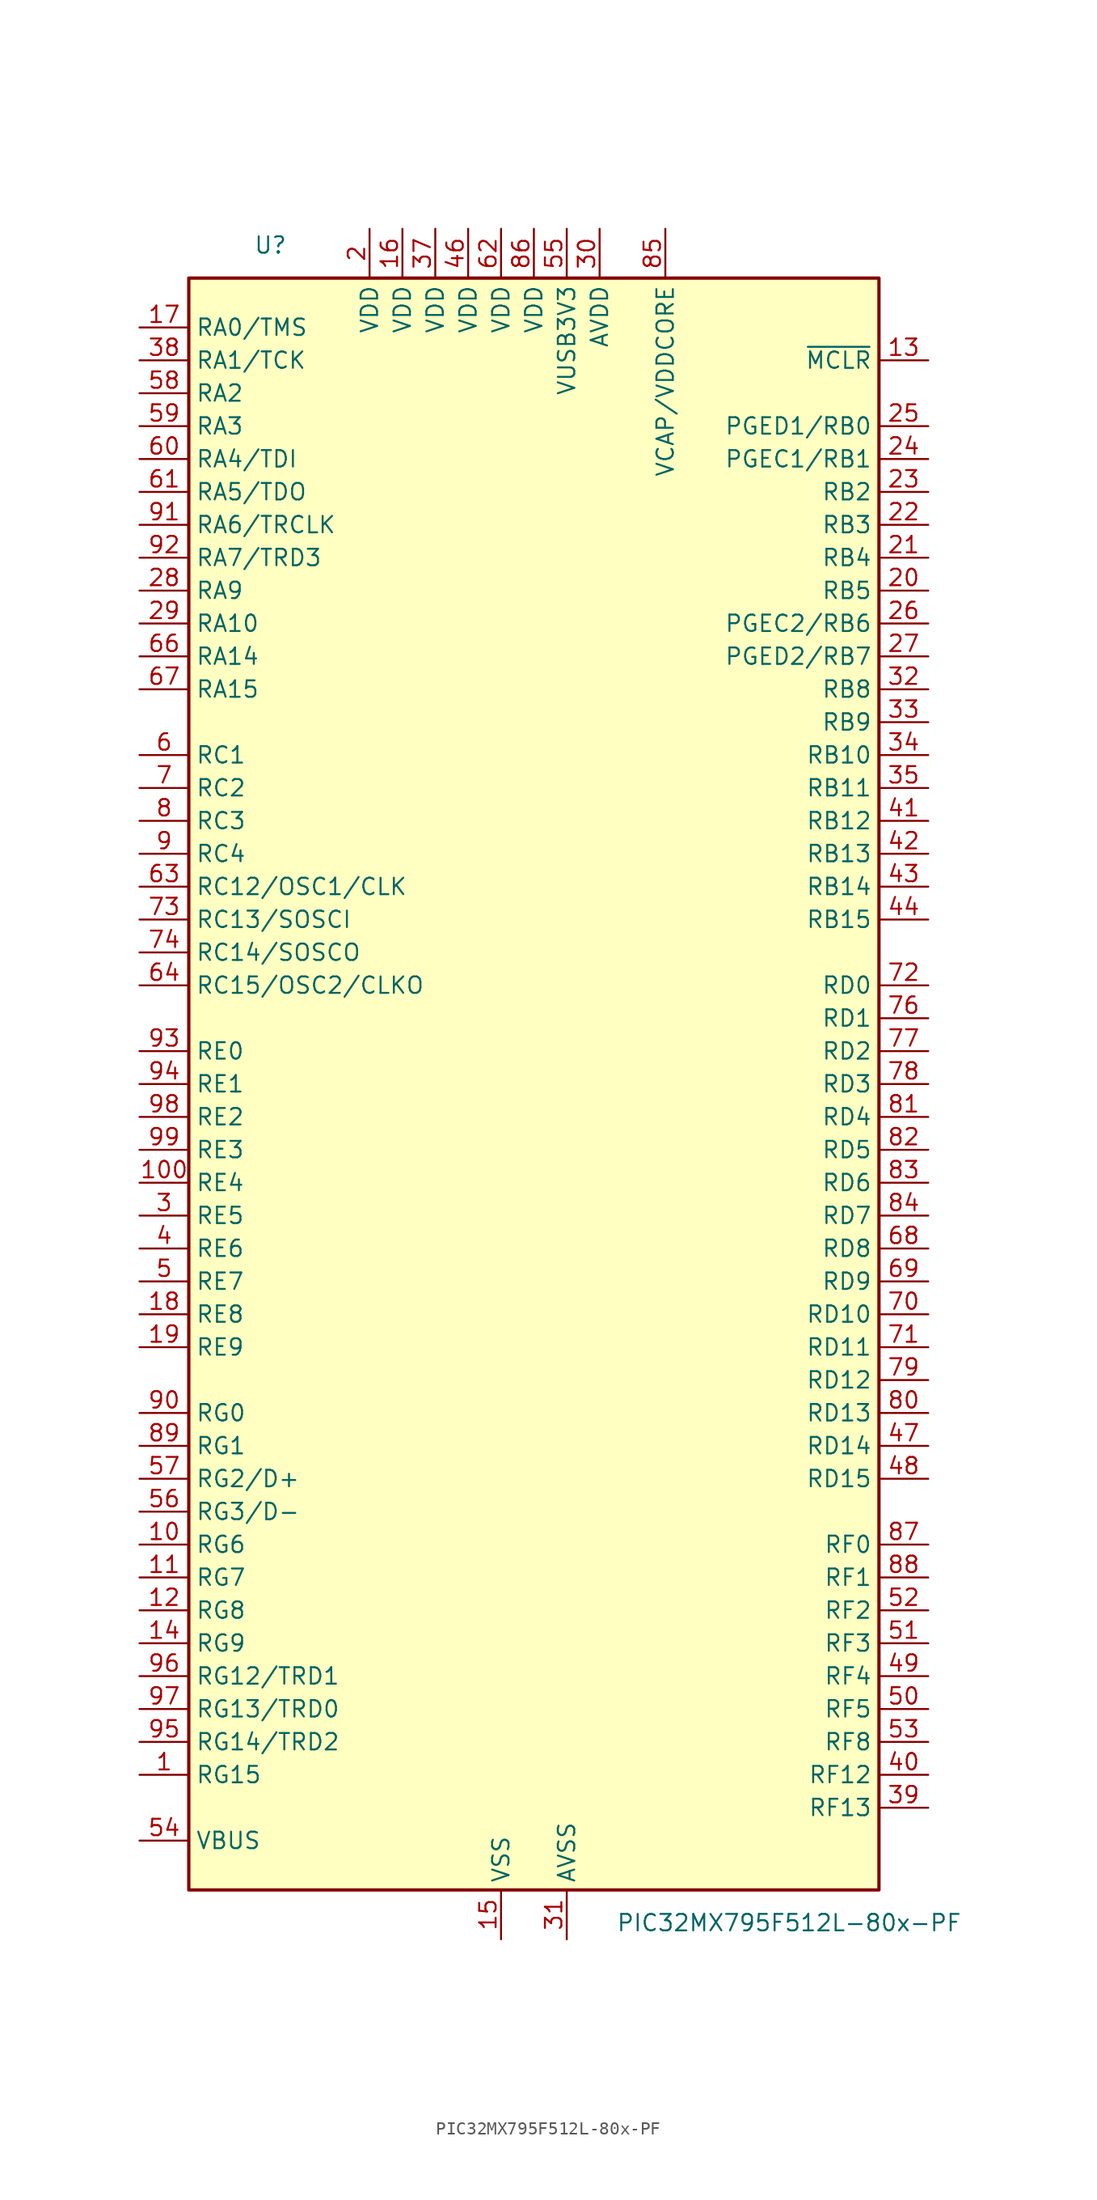
<source format=kicad_sym>
(kicad_symbol_lib
  (version 20241209)
  (generator "kicad_symbol_editor")
  (generator_version "9.0")
  (symbol "PIC32MX795F512L-80x-PF"
    (property "Reference" "U"
      (at -19.05 64.77 0)
      (effects (font (size 1.27 1.27)) (justify right)))
    (property "Value" "PIC32MX795F512L-80x-PF"
      (at 6.35 -64.77 0)
      (effects (font (size 1.27 1.27)) (justify left)))
    (symbol "PIC32MX795F512L-80x-PF_0_1"
      (rectangle (start -26.67 62.23) (end 26.67 -62.23) (stroke (width 0.254) (type default)) (fill (type background))))
    (symbol "PIC32MX795F512L-80x-PF_1_1"
      (pin bidirectional line (at -30.48 58.42 0) (length 3.81) (name "RA0/TMS" (effects (font (size 1.27 1.27)))) (number "17" (effects (font (size 1.27 1.27)))))
      (pin bidirectional line (at -30.48 55.88 0) (length 3.81) (name "RA1/TCK" (effects (font (size 1.27 1.27)))) (number "38" (effects (font (size 1.27 1.27)))))
      (pin bidirectional line (at -30.48 53.34 0) (length 3.81) (name "RA2" (effects (font (size 1.27 1.27)))) (number "58" (effects (font (size 1.27 1.27)))))
      (pin bidirectional line (at -30.48 50.8 0) (length 3.81) (name "RA3" (effects (font (size 1.27 1.27)))) (number "59" (effects (font (size 1.27 1.27)))))
      (pin bidirectional line (at -30.48 48.26 0) (length 3.81) (name "RA4/TDI" (effects (font (size 1.27 1.27)))) (number "60" (effects (font (size 1.27 1.27)))))
      (pin bidirectional line (at -30.48 45.72 0) (length 3.81) (name "RA5/TDO" (effects (font (size 1.27 1.27)))) (number "61" (effects (font (size 1.27 1.27)))))
      (pin bidirectional line (at -30.48 43.18 0) (length 3.81) (name "RA6/TRCLK" (effects (font (size 1.27 1.27)))) (number "91" (effects (font (size 1.27 1.27)))))
      (pin bidirectional line (at -30.48 40.64 0) (length 3.81) (name "RA7/TRD3" (effects (font (size 1.27 1.27)))) (number "92" (effects (font (size 1.27 1.27)))))
      (pin bidirectional line (at -30.48 38.1 0) (length 3.81) (name "RA9" (effects (font (size 1.27 1.27)))) (number "28" (effects (font (size 1.27 1.27)))))
      (pin bidirectional line (at -30.48 35.56 0) (length 3.81) (name "RA10" (effects (font (size 1.27 1.27)))) (number "29" (effects (font (size 1.27 1.27)))))
      (pin bidirectional line (at -30.48 33.02 0) (length 3.81) (name "RA14" (effects (font (size 1.27 1.27)))) (number "66" (effects (font (size 1.27 1.27)))))
      (pin bidirectional line (at -30.48 30.48 0) (length 3.81) (name "RA15" (effects (font (size 1.27 1.27)))) (number "67" (effects (font (size 1.27 1.27)))))
      (pin bidirectional line (at -30.48 25.4 0) (length 3.81) (name "RC1" (effects (font (size 1.27 1.27)))) (number "6" (effects (font (size 1.27 1.27)))))
      (pin bidirectional line (at -30.48 22.86 0) (length 3.81) (name "RC2" (effects (font (size 1.27 1.27)))) (number "7" (effects (font (size 1.27 1.27)))))
      (pin bidirectional line (at -30.48 20.32 0) (length 3.81) (name "RC3" (effects (font (size 1.27 1.27)))) (number "8" (effects (font (size 1.27 1.27)))))
      (pin bidirectional line (at -30.48 17.78 0) (length 3.81) (name "RC4" (effects (font (size 1.27 1.27)))) (number "9" (effects (font (size 1.27 1.27)))))
      (pin bidirectional line (at -30.48 15.24 0) (length 3.81) (name "RC12/OSC1/CLK" (effects (font (size 1.27 1.27)))) (number "63" (effects (font (size 1.27 1.27)))))
      (pin bidirectional line (at -30.48 12.7 0) (length 3.81) (name "RC13/SOSCI" (effects (font (size 1.27 1.27)))) (number "73" (effects (font (size 1.27 1.27)))))
      (pin bidirectional line (at -30.48 10.16 0) (length 3.81) (name "RC14/SOSCO" (effects (font (size 1.27 1.27)))) (number "74" (effects (font (size 1.27 1.27)))))
      (pin bidirectional line (at -30.48 7.62 0) (length 3.81) (name "RC15/OSC2/CLKO" (effects (font (size 1.27 1.27)))) (number "64" (effects (font (size 1.27 1.27)))))
      (pin bidirectional line (at -30.48 2.54 0) (length 3.81) (name "RE0" (effects (font (size 1.27 1.27)))) (number "93" (effects (font (size 1.27 1.27)))))
      (pin bidirectional line (at -30.48 0 0) (length 3.81) (name "RE1" (effects (font (size 1.27 1.27)))) (number "94" (effects (font (size 1.27 1.27)))))
      (pin bidirectional line (at -30.48 -2.54 0) (length 3.81) (name "RE2" (effects (font (size 1.27 1.27)))) (number "98" (effects (font (size 1.27 1.27)))))
      (pin bidirectional line (at -30.48 -5.08 0) (length 3.81) (name "RE3" (effects (font (size 1.27 1.27)))) (number "99" (effects (font (size 1.27 1.27)))))
      (pin bidirectional line (at -30.48 -7.62 0) (length 3.81) (name "RE4" (effects (font (size 1.27 1.27)))) (number "100" (effects (font (size 1.27 1.27)))))
      (pin bidirectional line (at -30.48 -10.16 0) (length 3.81) (name "RE5" (effects (font (size 1.27 1.27)))) (number "3" (effects (font (size 1.27 1.27)))))
      (pin bidirectional line (at -30.48 -12.7 0) (length 3.81) (name "RE6" (effects (font (size 1.27 1.27)))) (number "4" (effects (font (size 1.27 1.27)))))
      (pin bidirectional line (at -30.48 -15.24 0) (length 3.81) (name "RE7" (effects (font (size 1.27 1.27)))) (number "5" (effects (font (size 1.27 1.27)))))
      (pin bidirectional line (at -30.48 -17.78 0) (length 3.81) (name "RE8" (effects (font (size 1.27 1.27)))) (number "18" (effects (font (size 1.27 1.27)))))
      (pin bidirectional line (at -30.48 -20.32 0) (length 3.81) (name "RE9" (effects (font (size 1.27 1.27)))) (number "19" (effects (font (size 1.27 1.27)))))
      (pin bidirectional line (at -30.48 -25.4 0) (length 3.81) (name "RG0" (effects (font (size 1.27 1.27)))) (number "90" (effects (font (size 1.27 1.27)))))
      (pin bidirectional line (at -30.48 -27.94 0) (length 3.81) (name "RG1" (effects (font (size 1.27 1.27)))) (number "89" (effects (font (size 1.27 1.27)))))
      (pin bidirectional line (at -30.48 -30.48 0) (length 3.81) (name "RG2/D+" (effects (font (size 1.27 1.27)))) (number "57" (effects (font (size 1.27 1.27)))))
      (pin bidirectional line (at -30.48 -33.02 0) (length 3.81) (name "RG3/D-" (effects (font (size 1.27 1.27)))) (number "56" (effects (font (size 1.27 1.27)))))
      (pin bidirectional line (at -30.48 -35.56 0) (length 3.81) (name "RG6" (effects (font (size 1.27 1.27)))) (number "10" (effects (font (size 1.27 1.27)))))
      (pin bidirectional line (at -30.48 -38.1 0) (length 3.81) (name "RG7" (effects (font (size 1.27 1.27)))) (number "11" (effects (font (size 1.27 1.27)))))
      (pin bidirectional line (at -30.48 -40.64 0) (length 3.81) (name "RG8" (effects (font (size 1.27 1.27)))) (number "12" (effects (font (size 1.27 1.27)))))
      (pin bidirectional line (at -30.48 -43.18 0) (length 3.81) (name "RG9" (effects (font (size 1.27 1.27)))) (number "14" (effects (font (size 1.27 1.27)))))
      (pin bidirectional line (at -30.48 -45.72 0) (length 3.81) (name "RG12/TRD1" (effects (font (size 1.27 1.27)))) (number "96" (effects (font (size 1.27 1.27)))))
      (pin bidirectional line (at -30.48 -48.26 0) (length 3.81) (name "RG13/TRD0" (effects (font (size 1.27 1.27)))) (number "97" (effects (font (size 1.27 1.27)))))
      (pin bidirectional line (at -30.48 -50.8 0) (length 3.81) (name "RG14/TRD2" (effects (font (size 1.27 1.27)))) (number "95" (effects (font (size 1.27 1.27)))))
      (pin bidirectional line (at -30.48 -53.34 0) (length 3.81) (name "RG15" (effects (font (size 1.27 1.27)))) (number "1" (effects (font (size 1.27 1.27)))))
      (pin input line (at -30.48 -58.42 0) (length 3.81) (name "VBUS" (effects (font (size 1.27 1.27)))) (number "54" (effects (font (size 1.27 1.27)))))
      (pin power_in line (at -12.7 66.04 270) (length 3.81) (name "VDD" (effects (font (size 1.27 1.27)))) (number "2" (effects (font (size 1.27 1.27)))))
      (pin power_in line (at -10.16 66.04 270) (length 3.81) (name "VDD" (effects (font (size 1.27 1.27)))) (number "16" (effects (font (size 1.27 1.27)))))
      (pin power_in line (at -7.62 66.04 270) (length 3.81) (name "VDD" (effects (font (size 1.27 1.27)))) (number "37" (effects (font (size 1.27 1.27)))))
      (pin power_in line (at -5.08 66.04 270) (length 3.81) (name "VDD" (effects (font (size 1.27 1.27)))) (number "46" (effects (font (size 1.27 1.27)))))
      (pin power_in line (at -2.54 66.04 270) (length 3.81) (name "VDD" (effects (font (size 1.27 1.27)))) (number "62" (effects (font (size 1.27 1.27)))))
      (pin power_in line (at -2.54 -66.04 90) (length 3.81) (name "VSS" (effects (font (size 1.27 1.27)))) (number "15" (effects (font (size 1.27 1.27)))))
      (pin passive line (at -2.54 -66.04 90) (length 3.81) (hide yes) (name "VSS" (effects (font (size 1.27 1.27)))) (number "36" (effects (font (size 1.27 1.27)))))
      (pin passive line (at -2.54 -66.04 90) (length 3.81) (hide yes) (name "VSS" (effects (font (size 1.27 1.27)))) (number "45" (effects (font (size 1.27 1.27)))))
      (pin passive line (at -2.54 -66.04 90) (length 3.81) (hide yes) (name "VSS" (effects (font (size 1.27 1.27)))) (number "65" (effects (font (size 1.27 1.27)))))
      (pin passive line (at -2.54 -66.04 90) (length 3.81) (hide yes) (name "VSS" (effects (font (size 1.27 1.27)))) (number "75" (effects (font (size 1.27 1.27)))))
      (pin power_in line (at 0 66.04 270) (length 3.81) (name "VDD" (effects (font (size 1.27 1.27)))) (number "86" (effects (font (size 1.27 1.27)))))
      (pin power_in line (at 2.54 66.04 270) (length 3.81) (name "VUSB3V3" (effects (font (size 1.27 1.27)))) (number "55" (effects (font (size 1.27 1.27)))))
      (pin power_in line (at 2.54 -66.04 90) (length 3.81) (name "AVSS" (effects (font (size 1.27 1.27)))) (number "31" (effects (font (size 1.27 1.27)))))
      (pin power_in line (at 5.08 66.04 270) (length 3.81) (name "AVDD" (effects (font (size 1.27 1.27)))) (number "30" (effects (font (size 1.27 1.27)))))
      (pin power_out line (at 10.16 66.04 270) (length 3.81) (name "VCAP/VDDCORE" (effects (font (size 1.27 1.27)))) (number "85" (effects (font (size 1.27 1.27)))))
      (pin input line (at 30.48 55.88 180) (length 3.81) (name "~{MCLR}" (effects (font (size 1.27 1.27)))) (number "13" (effects (font (size 1.27 1.27)))))
      (pin bidirectional line (at 30.48 50.8 180) (length 3.81) (name "PGED1/RB0" (effects (font (size 1.27 1.27)))) (number "25" (effects (font (size 1.27 1.27)))))
      (pin bidirectional line (at 30.48 48.26 180) (length 3.81) (name "PGEC1/RB1" (effects (font (size 1.27 1.27)))) (number "24" (effects (font (size 1.27 1.27)))))
      (pin bidirectional line (at 30.48 45.72 180) (length 3.81) (name "RB2" (effects (font (size 1.27 1.27)))) (number "23" (effects (font (size 1.27 1.27)))))
      (pin bidirectional line (at 30.48 43.18 180) (length 3.81) (name "RB3" (effects (font (size 1.27 1.27)))) (number "22" (effects (font (size 1.27 1.27)))))
      (pin bidirectional line (at 30.48 40.64 180) (length 3.81) (name "RB4" (effects (font (size 1.27 1.27)))) (number "21" (effects (font (size 1.27 1.27)))))
      (pin bidirectional line (at 30.48 38.1 180) (length 3.81) (name "RB5" (effects (font (size 1.27 1.27)))) (number "20" (effects (font (size 1.27 1.27)))))
      (pin bidirectional line (at 30.48 35.56 180) (length 3.81) (name "PGEC2/RB6" (effects (font (size 1.27 1.27)))) (number "26" (effects (font (size 1.27 1.27)))))
      (pin bidirectional line (at 30.48 33.02 180) (length 3.81) (name "PGED2/RB7" (effects (font (size 1.27 1.27)))) (number "27" (effects (font (size 1.27 1.27)))))
      (pin bidirectional line (at 30.48 30.48 180) (length 3.81) (name "RB8" (effects (font (size 1.27 1.27)))) (number "32" (effects (font (size 1.27 1.27)))))
      (pin bidirectional line (at 30.48 27.94 180) (length 3.81) (name "RB9" (effects (font (size 1.27 1.27)))) (number "33" (effects (font (size 1.27 1.27)))))
      (pin bidirectional line (at 30.48 25.4 180) (length 3.81) (name "RB10" (effects (font (size 1.27 1.27)))) (number "34" (effects (font (size 1.27 1.27)))))
      (pin bidirectional line (at 30.48 22.86 180) (length 3.81) (name "RB11" (effects (font (size 1.27 1.27)))) (number "35" (effects (font (size 1.27 1.27)))))
      (pin bidirectional line (at 30.48 20.32 180) (length 3.81) (name "RB12" (effects (font (size 1.27 1.27)))) (number "41" (effects (font (size 1.27 1.27)))))
      (pin bidirectional line (at 30.48 17.78 180) (length 3.81) (name "RB13" (effects (font (size 1.27 1.27)))) (number "42" (effects (font (size 1.27 1.27)))))
      (pin bidirectional line (at 30.48 15.24 180) (length 3.81) (name "RB14" (effects (font (size 1.27 1.27)))) (number "43" (effects (font (size 1.27 1.27)))))
      (pin bidirectional line (at 30.48 12.7 180) (length 3.81) (name "RB15" (effects (font (size 1.27 1.27)))) (number "44" (effects (font (size 1.27 1.27)))))
      (pin bidirectional line (at 30.48 7.62 180) (length 3.81) (name "RD0" (effects (font (size 1.27 1.27)))) (number "72" (effects (font (size 1.27 1.27)))))
      (pin bidirectional line (at 30.48 5.08 180) (length 3.81) (name "RD1" (effects (font (size 1.27 1.27)))) (number "76" (effects (font (size 1.27 1.27)))))
      (pin bidirectional line (at 30.48 2.54 180) (length 3.81) (name "RD2" (effects (font (size 1.27 1.27)))) (number "77" (effects (font (size 1.27 1.27)))))
      (pin bidirectional line (at 30.48 0 180) (length 3.81) (name "RD3" (effects (font (size 1.27 1.27)))) (number "78" (effects (font (size 1.27 1.27)))))
      (pin bidirectional line (at 30.48 -2.54 180) (length 3.81) (name "RD4" (effects (font (size 1.27 1.27)))) (number "81" (effects (font (size 1.27 1.27)))))
      (pin bidirectional line (at 30.48 -5.08 180) (length 3.81) (name "RD5" (effects (font (size 1.27 1.27)))) (number "82" (effects (font (size 1.27 1.27)))))
      (pin bidirectional line (at 30.48 -7.62 180) (length 3.81) (name "RD6" (effects (font (size 1.27 1.27)))) (number "83" (effects (font (size 1.27 1.27)))))
      (pin bidirectional line (at 30.48 -10.16 180) (length 3.81) (name "RD7" (effects (font (size 1.27 1.27)))) (number "84" (effects (font (size 1.27 1.27)))))
      (pin bidirectional line (at 30.48 -12.7 180) (length 3.81) (name "RD8" (effects (font (size 1.27 1.27)))) (number "68" (effects (font (size 1.27 1.27)))))
      (pin bidirectional line (at 30.48 -15.24 180) (length 3.81) (name "RD9" (effects (font (size 1.27 1.27)))) (number "69" (effects (font (size 1.27 1.27)))))
      (pin bidirectional line (at 30.48 -17.78 180) (length 3.81) (name "RD10" (effects (font (size 1.27 1.27)))) (number "70" (effects (font (size 1.27 1.27)))))
      (pin bidirectional line (at 30.48 -20.32 180) (length 3.81) (name "RD11" (effects (font (size 1.27 1.27)))) (number "71" (effects (font (size 1.27 1.27)))))
      (pin bidirectional line (at 30.48 -22.86 180) (length 3.81) (name "RD12" (effects (font (size 1.27 1.27)))) (number "79" (effects (font (size 1.27 1.27)))))
      (pin bidirectional line (at 30.48 -25.4 180) (length 3.81) (name "RD13" (effects (font (size 1.27 1.27)))) (number "80" (effects (font (size 1.27 1.27)))))
      (pin bidirectional line (at 30.48 -27.94 180) (length 3.81) (name "RD14" (effects (font (size 1.27 1.27)))) (number "47" (effects (font (size 1.27 1.27)))))
      (pin bidirectional line (at 30.48 -30.48 180) (length 3.81) (name "RD15" (effects (font (size 1.27 1.27)))) (number "48" (effects (font (size 1.27 1.27)))))
      (pin bidirectional line (at 30.48 -35.56 180) (length 3.81) (name "RF0" (effects (font (size 1.27 1.27)))) (number "87" (effects (font (size 1.27 1.27)))))
      (pin bidirectional line (at 30.48 -38.1 180) (length 3.81) (name "RF1" (effects (font (size 1.27 1.27)))) (number "88" (effects (font (size 1.27 1.27)))))
      (pin bidirectional line (at 30.48 -40.64 180) (length 3.81) (name "RF2" (effects (font (size 1.27 1.27)))) (number "52" (effects (font (size 1.27 1.27)))))
      (pin bidirectional line (at 30.48 -43.18 180) (length 3.81) (name "RF3" (effects (font (size 1.27 1.27)))) (number "51" (effects (font (size 1.27 1.27)))))
      (pin bidirectional line (at 30.48 -45.72 180) (length 3.81) (name "RF4" (effects (font (size 1.27 1.27)))) (number "49" (effects (font (size 1.27 1.27)))))
      (pin bidirectional line (at 30.48 -48.26 180) (length 3.81) (name "RF5" (effects (font (size 1.27 1.27)))) (number "50" (effects (font (size 1.27 1.27)))))
      (pin bidirectional line (at 30.48 -50.8 180) (length 3.81) (name "RF8" (effects (font (size 1.27 1.27)))) (number "53" (effects (font (size 1.27 1.27)))))
      (pin bidirectional line (at 30.48 -53.34 180) (length 3.81) (name "RF12" (effects (font (size 1.27 1.27)))) (number "40" (effects (font (size 1.27 1.27)))))
      (pin bidirectional line (at 30.48 -55.88 180) (length 3.81) (name "RF13" (effects (font (size 1.27 1.27)))) (number "39" (effects (font (size 1.27 1.27))))))))
</source>
